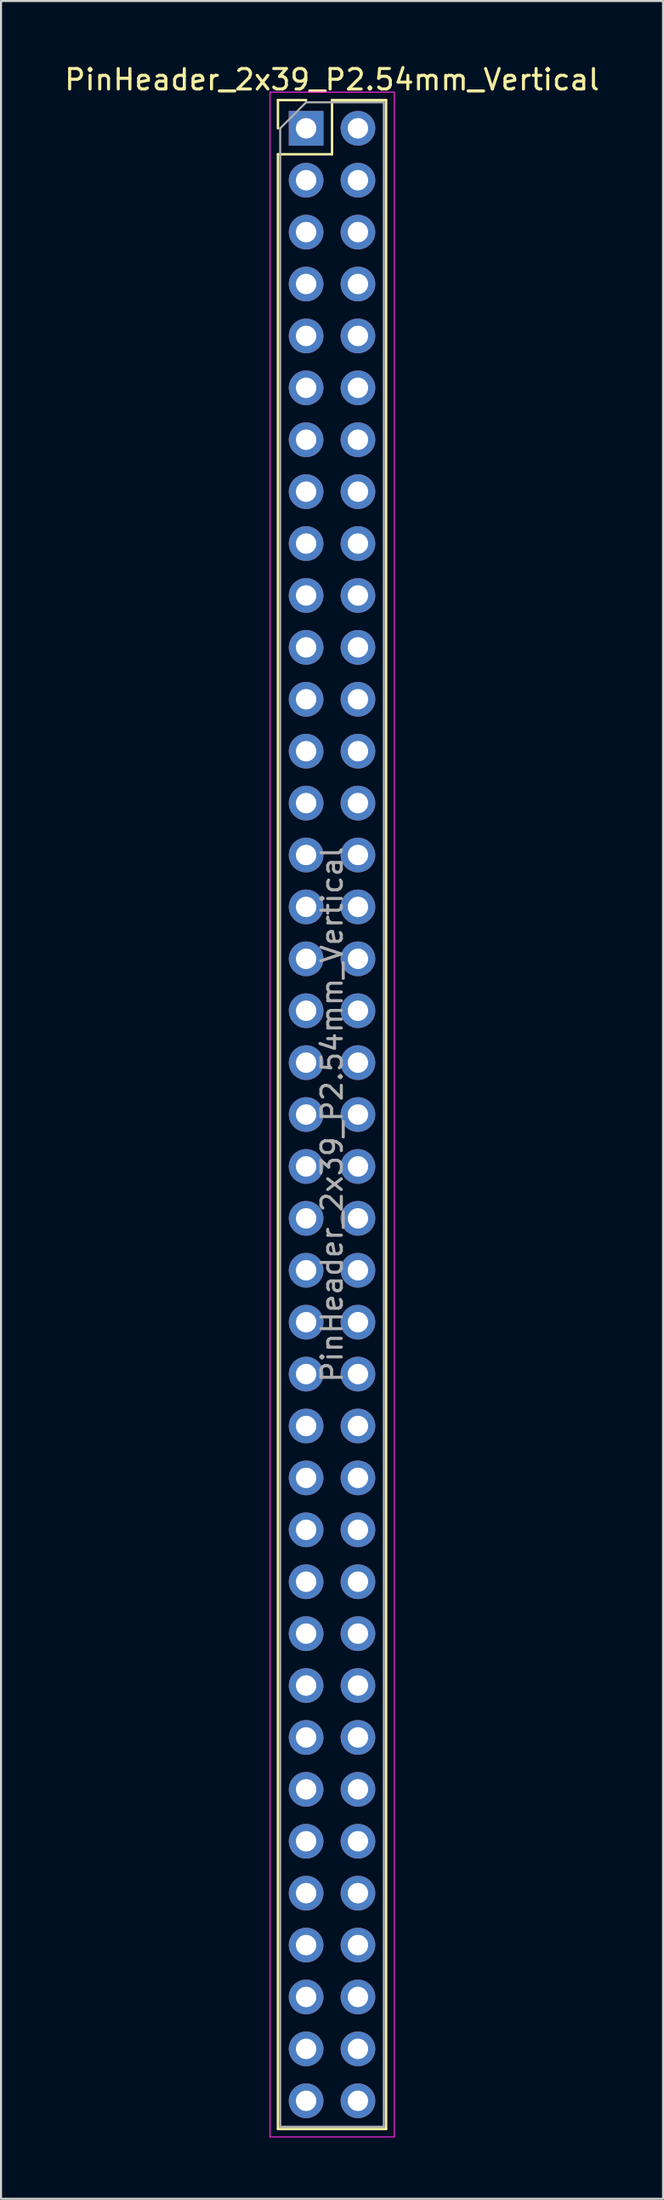
<source format=kicad_pcb>
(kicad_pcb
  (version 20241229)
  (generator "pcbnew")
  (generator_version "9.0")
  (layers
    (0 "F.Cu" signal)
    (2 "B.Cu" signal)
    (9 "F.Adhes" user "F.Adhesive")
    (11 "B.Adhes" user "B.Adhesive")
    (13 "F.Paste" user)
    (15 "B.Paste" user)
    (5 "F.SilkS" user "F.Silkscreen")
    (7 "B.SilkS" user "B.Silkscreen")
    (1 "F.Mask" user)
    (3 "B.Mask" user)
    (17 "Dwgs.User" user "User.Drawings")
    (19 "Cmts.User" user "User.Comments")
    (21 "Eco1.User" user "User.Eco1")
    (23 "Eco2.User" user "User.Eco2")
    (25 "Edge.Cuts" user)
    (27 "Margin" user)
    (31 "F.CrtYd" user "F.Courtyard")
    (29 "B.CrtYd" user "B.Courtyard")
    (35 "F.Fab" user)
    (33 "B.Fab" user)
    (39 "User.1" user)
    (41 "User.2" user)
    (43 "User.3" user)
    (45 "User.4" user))
  (footprint "PinHeader_2x39_P2.54mm_Vertical"
    (layer "F.Cu")
    (at 11.95 3.228)
    (property "Reference" "PinHeader_2x39_P2.54mm_Vertical" (at 1.27 -2.38 0) (layer "F.SilkS") (effects (font (size 1 1) (thickness 0.15))))
    (attr through_hole)
    (fp_line (start -1.38 -1.38) (end 0 -1.38) (stroke (width 0.12) (type solid)) (layer "F.SilkS"))
    (fp_line (start -1.38 0) (end -1.38 -1.38) (stroke (width 0.12) (type solid)) (layer "F.SilkS"))
    (fp_line (start -1.38 1.27) (end -1.38 97.9) (stroke (width 0.12) (type solid)) (layer "F.SilkS"))
    (fp_line (start -1.38 1.27) (end 1.27 1.27) (stroke (width 0.12) (type solid)) (layer "F.SilkS"))
    (fp_line (start -1.38 97.9) (end 3.92 97.9) (stroke (width 0.12) (type solid)) (layer "F.SilkS"))
    (fp_line (start 1.27 -1.38) (end 3.92 -1.38) (stroke (width 0.12) (type solid)) (layer "F.SilkS"))
    (fp_line (start 1.27 1.27) (end 1.27 -1.38) (stroke (width 0.12) (type solid)) (layer "F.SilkS"))
    (fp_line (start 3.92 -1.38) (end 3.92 97.9) (stroke (width 0.12) (type solid)) (layer "F.SilkS"))
    (fp_line (start -1.77 -1.77) (end -1.77 98.29) (stroke (width 0.05) (type solid)) (layer "F.CrtYd"))
    (fp_line (start -1.77 98.29) (end 4.32 98.29) (stroke (width 0.05) (type solid)) (layer "F.CrtYd"))
    (fp_line (start 4.32 -1.77) (end -1.77 -1.77) (stroke (width 0.05) (type solid)) (layer "F.CrtYd"))
    (fp_line (start 4.32 98.29) (end 4.32 -1.77) (stroke (width 0.05) (type solid)) (layer "F.CrtYd"))
    (fp_line (start -1.27 0) (end 0 -1.27) (stroke (width 0.1) (type solid)) (layer "F.Fab"))
    (fp_line (start -1.27 97.79) (end -1.27 0) (stroke (width 0.1) (type solid)) (layer "F.Fab"))
    (fp_line (start 0 -1.27) (end 3.81 -1.27) (stroke (width 0.1) (type solid)) (layer "F.Fab"))
    (fp_line (start 3.81 -1.27) (end 3.81 97.79) (stroke (width 0.1) (type solid)) (layer "F.Fab"))
    (fp_line (start 3.81 97.79) (end -1.27 97.79) (stroke (width 0.1) (type solid)) (layer "F.Fab"))
    (fp_text user "${REFERENCE}" (at 1.27 48.26 90) (layer "F.Fab") (effects (font (size 1 1) (thickness 0.15))))
    (pad "1" thru_hole rect (at 0 0) (size 1.7 1.7) (drill 1) (layers "*.Cu" "*.Mask"))
    (pad "2" thru_hole circle (at 2.54 0) (size 1.7 1.7) (drill 1) (layers "*.Cu" "*.Mask"))
    (pad "3" thru_hole circle (at 0 2.54) (size 1.7 1.7) (drill 1) (layers "*.Cu" "*.Mask"))
    (pad "4" thru_hole circle (at 2.54 2.54) (size 1.7 1.7) (drill 1) (layers "*.Cu" "*.Mask"))
    (pad "5" thru_hole circle (at 0 5.08) (size 1.7 1.7) (drill 1) (layers "*.Cu" "*.Mask"))
    (pad "6" thru_hole circle (at 2.54 5.08) (size 1.7 1.7) (drill 1) (layers "*.Cu" "*.Mask"))
    (pad "7" thru_hole circle (at 0 7.62) (size 1.7 1.7) (drill 1) (layers "*.Cu" "*.Mask"))
    (pad "8" thru_hole circle (at 2.54 7.62) (size 1.7 1.7) (drill 1) (layers "*.Cu" "*.Mask"))
    (pad "9" thru_hole circle (at 0 10.16) (size 1.7 1.7) (drill 1) (layers "*.Cu" "*.Mask"))
    (pad "10" thru_hole circle (at 2.54 10.16) (size 1.7 1.7) (drill 1) (layers "*.Cu" "*.Mask"))
    (pad "11" thru_hole circle (at 0 12.7) (size 1.7 1.7) (drill 1) (layers "*.Cu" "*.Mask"))
    (pad "12" thru_hole circle (at 2.54 12.7) (size 1.7 1.7) (drill 1) (layers "*.Cu" "*.Mask"))
    (pad "13" thru_hole circle (at 0 15.24) (size 1.7 1.7) (drill 1) (layers "*.Cu" "*.Mask"))
    (pad "14" thru_hole circle (at 2.54 15.24) (size 1.7 1.7) (drill 1) (layers "*.Cu" "*.Mask"))
    (pad "15" thru_hole circle (at 0 17.78) (size 1.7 1.7) (drill 1) (layers "*.Cu" "*.Mask"))
    (pad "16" thru_hole circle (at 2.54 17.78) (size 1.7 1.7) (drill 1) (layers "*.Cu" "*.Mask"))
    (pad "17" thru_hole circle (at 0 20.32) (size 1.7 1.7) (drill 1) (layers "*.Cu" "*.Mask"))
    (pad "18" thru_hole circle (at 2.54 20.32) (size 1.7 1.7) (drill 1) (layers "*.Cu" "*.Mask"))
    (pad "19" thru_hole circle (at 0 22.86) (size 1.7 1.7) (drill 1) (layers "*.Cu" "*.Mask"))
    (pad "20" thru_hole circle (at 2.54 22.86) (size 1.7 1.7) (drill 1) (layers "*.Cu" "*.Mask"))
    (pad "21" thru_hole circle (at 0 25.4) (size 1.7 1.7) (drill 1) (layers "*.Cu" "*.Mask"))
    (pad "22" thru_hole circle (at 2.54 25.4) (size 1.7 1.7) (drill 1) (layers "*.Cu" "*.Mask"))
    (pad "23" thru_hole circle (at 0 27.94) (size 1.7 1.7) (drill 1) (layers "*.Cu" "*.Mask"))
    (pad "24" thru_hole circle (at 2.54 27.94) (size 1.7 1.7) (drill 1) (layers "*.Cu" "*.Mask"))
    (pad "25" thru_hole circle (at 0 30.48) (size 1.7 1.7) (drill 1) (layers "*.Cu" "*.Mask"))
    (pad "26" thru_hole circle (at 2.54 30.48) (size 1.7 1.7) (drill 1) (layers "*.Cu" "*.Mask"))
    (pad "27" thru_hole circle (at 0 33.02) (size 1.7 1.7) (drill 1) (layers "*.Cu" "*.Mask"))
    (pad "28" thru_hole circle (at 2.54 33.02) (size 1.7 1.7) (drill 1) (layers "*.Cu" "*.Mask"))
    (pad "29" thru_hole circle (at 0 35.56) (size 1.7 1.7) (drill 1) (layers "*.Cu" "*.Mask"))
    (pad "30" thru_hole circle (at 2.54 35.56) (size 1.7 1.7) (drill 1) (layers "*.Cu" "*.Mask"))
    (pad "31" thru_hole circle (at 0 38.1) (size 1.7 1.7) (drill 1) (layers "*.Cu" "*.Mask"))
    (pad "32" thru_hole circle (at 2.54 38.1) (size 1.7 1.7) (drill 1) (layers "*.Cu" "*.Mask"))
    (pad "33" thru_hole circle (at 0 40.64) (size 1.7 1.7) (drill 1) (layers "*.Cu" "*.Mask"))
    (pad "34" thru_hole circle (at 2.54 40.64) (size 1.7 1.7) (drill 1) (layers "*.Cu" "*.Mask"))
    (pad "35" thru_hole circle (at 0 43.18) (size 1.7 1.7) (drill 1) (layers "*.Cu" "*.Mask"))
    (pad "36" thru_hole circle (at 2.54 43.18) (size 1.7 1.7) (drill 1) (layers "*.Cu" "*.Mask"))
    (pad "37" thru_hole circle (at 0 45.72) (size 1.7 1.7) (drill 1) (layers "*.Cu" "*.Mask"))
    (pad "38" thru_hole circle (at 2.54 45.72) (size 1.7 1.7) (drill 1) (layers "*.Cu" "*.Mask"))
    (pad "39" thru_hole circle (at 0 48.26) (size 1.7 1.7) (drill 1) (layers "*.Cu" "*.Mask"))
    (pad "40" thru_hole circle (at 2.54 48.26) (size 1.7 1.7) (drill 1) (layers "*.Cu" "*.Mask"))
    (pad "41" thru_hole circle (at 0 50.8) (size 1.7 1.7) (drill 1) (layers "*.Cu" "*.Mask"))
    (pad "42" thru_hole circle (at 2.54 50.8) (size 1.7 1.7) (drill 1) (layers "*.Cu" "*.Mask"))
    (pad "43" thru_hole circle (at 0 53.34) (size 1.7 1.7) (drill 1) (layers "*.Cu" "*.Mask"))
    (pad "44" thru_hole circle (at 2.54 53.34) (size 1.7 1.7) (drill 1) (layers "*.Cu" "*.Mask"))
    (pad "45" thru_hole circle (at 0 55.88) (size 1.7 1.7) (drill 1) (layers "*.Cu" "*.Mask"))
    (pad "46" thru_hole circle (at 2.54 55.88) (size 1.7 1.7) (drill 1) (layers "*.Cu" "*.Mask"))
    (pad "47" thru_hole circle (at 0 58.42) (size 1.7 1.7) (drill 1) (layers "*.Cu" "*.Mask"))
    (pad "48" thru_hole circle (at 2.54 58.42) (size 1.7 1.7) (drill 1) (layers "*.Cu" "*.Mask"))
    (pad "49" thru_hole circle (at 0 60.96) (size 1.7 1.7) (drill 1) (layers "*.Cu" "*.Mask"))
    (pad "50" thru_hole circle (at 2.54 60.96) (size 1.7 1.7) (drill 1) (layers "*.Cu" "*.Mask"))
    (pad "51" thru_hole circle (at 0 63.5) (size 1.7 1.7) (drill 1) (layers "*.Cu" "*.Mask"))
    (pad "52" thru_hole circle (at 2.54 63.5) (size 1.7 1.7) (drill 1) (layers "*.Cu" "*.Mask"))
    (pad "53" thru_hole circle (at 0 66.04) (size 1.7 1.7) (drill 1) (layers "*.Cu" "*.Mask"))
    (pad "54" thru_hole circle (at 2.54 66.04) (size 1.7 1.7) (drill 1) (layers "*.Cu" "*.Mask"))
    (pad "55" thru_hole circle (at 0 68.58) (size 1.7 1.7) (drill 1) (layers "*.Cu" "*.Mask"))
    (pad "56" thru_hole circle (at 2.54 68.58) (size 1.7 1.7) (drill 1) (layers "*.Cu" "*.Mask"))
    (pad "57" thru_hole circle (at 0 71.12) (size 1.7 1.7) (drill 1) (layers "*.Cu" "*.Mask"))
    (pad "58" thru_hole circle (at 2.54 71.12) (size 1.7 1.7) (drill 1) (layers "*.Cu" "*.Mask"))
    (pad "59" thru_hole circle (at 0 73.66) (size 1.7 1.7) (drill 1) (layers "*.Cu" "*.Mask"))
    (pad "60" thru_hole circle (at 2.54 73.66) (size 1.7 1.7) (drill 1) (layers "*.Cu" "*.Mask"))
    (pad "61" thru_hole circle (at 0 76.2) (size 1.7 1.7) (drill 1) (layers "*.Cu" "*.Mask"))
    (pad "62" thru_hole circle (at 2.54 76.2) (size 1.7 1.7) (drill 1) (layers "*.Cu" "*.Mask"))
    (pad "63" thru_hole circle (at 0 78.74) (size 1.7 1.7) (drill 1) (layers "*.Cu" "*.Mask"))
    (pad "64" thru_hole circle (at 2.54 78.74) (size 1.7 1.7) (drill 1) (layers "*.Cu" "*.Mask"))
    (pad "65" thru_hole circle (at 0 81.28) (size 1.7 1.7) (drill 1) (layers "*.Cu" "*.Mask"))
    (pad "66" thru_hole circle (at 2.54 81.28) (size 1.7 1.7) (drill 1) (layers "*.Cu" "*.Mask"))
    (pad "67" thru_hole circle (at 0 83.82) (size 1.7 1.7) (drill 1) (layers "*.Cu" "*.Mask"))
    (pad "68" thru_hole circle (at 2.54 83.82) (size 1.7 1.7) (drill 1) (layers "*.Cu" "*.Mask"))
    (pad "69" thru_hole circle (at 0 86.36) (size 1.7 1.7) (drill 1) (layers "*.Cu" "*.Mask"))
    (pad "70" thru_hole circle (at 2.54 86.36) (size 1.7 1.7) (drill 1) (layers "*.Cu" "*.Mask"))
    (pad "71" thru_hole circle (at 0 88.9) (size 1.7 1.7) (drill 1) (layers "*.Cu" "*.Mask"))
    (pad "72" thru_hole circle (at 2.54 88.9) (size 1.7 1.7) (drill 1) (layers "*.Cu" "*.Mask"))
    (pad "73" thru_hole circle (at 0 91.44) (size 1.7 1.7) (drill 1) (layers "*.Cu" "*.Mask"))
    (pad "74" thru_hole circle (at 2.54 91.44) (size 1.7 1.7) (drill 1) (layers "*.Cu" "*.Mask"))
    (pad "75" thru_hole circle (at 0 93.98) (size 1.7 1.7) (drill 1) (layers "*.Cu" "*.Mask"))
    (pad "76" thru_hole circle (at 2.54 93.98) (size 1.7 1.7) (drill 1) (layers "*.Cu" "*.Mask"))
    (pad "77" thru_hole circle (at 0 96.52) (size 1.7 1.7) (drill 1) (layers "*.Cu" "*.Mask"))
    (pad "78" thru_hole circle (at 2.54 96.52) (size 1.7 1.7) (drill 1) (layers "*.Cu" "*.Mask")))
  (gr_rect
    (start -3 -3)
    (end 29.44 104.543)
    (stroke (width 0.1) (type default))
    (fill no)
    (layer "Edge.Cuts")))
</source>
